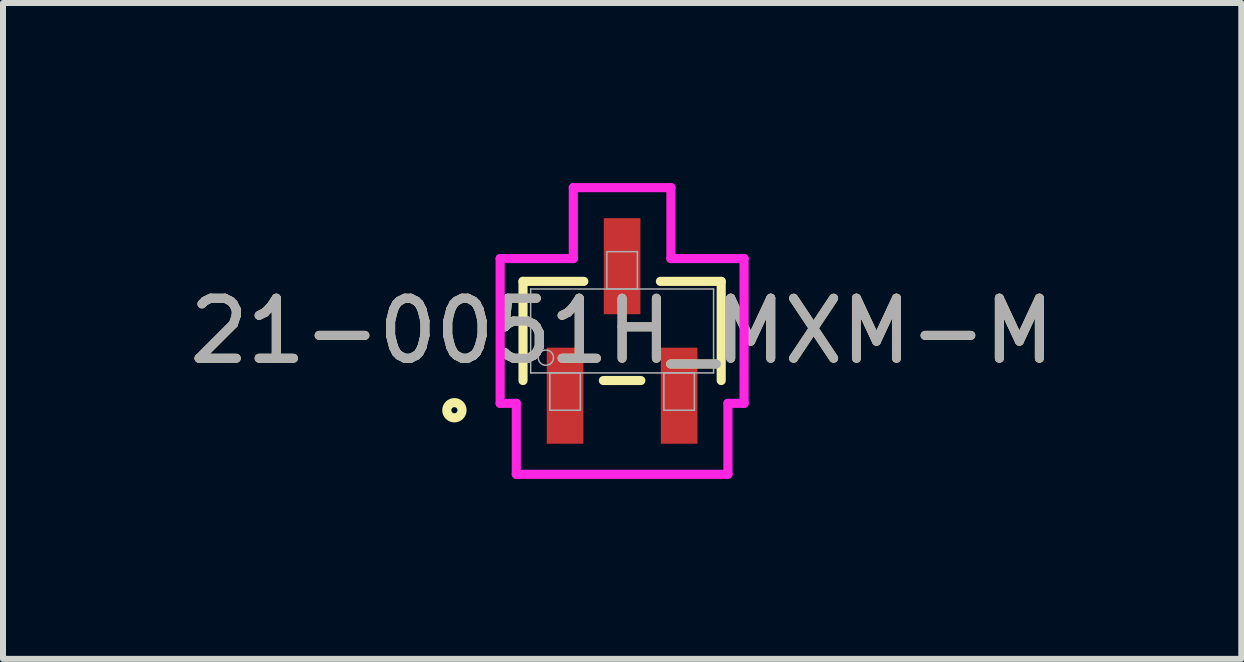
<source format=kicad_pcb>
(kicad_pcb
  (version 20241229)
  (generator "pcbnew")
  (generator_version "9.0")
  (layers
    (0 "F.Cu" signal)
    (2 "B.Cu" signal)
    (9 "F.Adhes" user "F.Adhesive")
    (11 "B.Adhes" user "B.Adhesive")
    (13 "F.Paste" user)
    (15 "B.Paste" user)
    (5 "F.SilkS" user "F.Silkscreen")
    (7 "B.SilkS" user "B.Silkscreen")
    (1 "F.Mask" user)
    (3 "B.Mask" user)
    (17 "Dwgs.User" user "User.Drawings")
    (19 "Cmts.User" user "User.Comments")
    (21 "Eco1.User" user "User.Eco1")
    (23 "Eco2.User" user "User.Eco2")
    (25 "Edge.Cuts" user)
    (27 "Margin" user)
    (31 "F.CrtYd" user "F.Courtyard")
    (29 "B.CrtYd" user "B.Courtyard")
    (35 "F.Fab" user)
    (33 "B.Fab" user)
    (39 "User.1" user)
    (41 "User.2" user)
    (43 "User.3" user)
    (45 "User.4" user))
  (footprint "21-0051H_MXM-M"
    (layer "F.Cu")
    (at 7.315 2.464)
    (property "Reference" "21-0051H_MXM-M" (at 0 0 0) (unlocked yes) (layer "F.SilkS") (effects (font (size 1 1) (thickness 0.15))))
    (attr smd)
    (fp_line (start -1.651 -0.826) (end -1.651 0.826) (stroke (width 0.152) (type solid)) (layer "F.SilkS"))
    (fp_line (start -0.638 -0.826) (end -1.651 -0.826) (stroke (width 0.152) (type solid)) (layer "F.SilkS"))
    (fp_line (start -0.312 0.826) (end 0.312 0.826) (stroke (width 0.152) (type solid)) (layer "F.SilkS"))
    (fp_line (start 1.651 -0.826) (end 0.638 -0.826) (stroke (width 0.152) (type solid)) (layer "F.SilkS"))
    (fp_line (start 1.651 0.826) (end 1.651 -0.826) (stroke (width 0.152) (type solid)) (layer "F.SilkS"))
    (fp_circle (center -2.794 1.321) (end -2.667 1.321) (stroke (width 0.152) (type solid)) (fill no) (layer "F.SilkS"))
    (fp_line (start -2.032 -1.206) (end -0.813 -1.206) (stroke (width 0.152) (type solid)) (layer "F.CrtYd"))
    (fp_line (start -2.032 1.206) (end -2.032 -1.206) (stroke (width 0.152) (type solid)) (layer "F.CrtYd"))
    (fp_line (start -2.032 1.206) (end -1.763 1.206) (stroke (width 0.152) (type solid)) (layer "F.CrtYd"))
    (fp_line (start -1.763 1.206) (end -1.763 2.388) (stroke (width 0.152) (type solid)) (layer "F.CrtYd"))
    (fp_line (start -1.763 2.388) (end 1.763 2.388) (stroke (width 0.152) (type solid)) (layer "F.CrtYd"))
    (fp_line (start -0.813 -2.388) (end 0.813 -2.388) (stroke (width 0.152) (type solid)) (layer "F.CrtYd"))
    (fp_line (start -0.813 -1.206) (end -0.813 -2.388) (stroke (width 0.152) (type solid)) (layer "F.CrtYd"))
    (fp_line (start 0.813 -1.206) (end 0.813 -2.388) (stroke (width 0.152) (type solid)) (layer "F.CrtYd"))
    (fp_line (start 1.763 1.206) (end 1.763 2.388) (stroke (width 0.152) (type solid)) (layer "F.CrtYd"))
    (fp_line (start 2.032 -1.206) (end 0.813 -1.206) (stroke (width 0.152) (type solid)) (layer "F.CrtYd"))
    (fp_line (start 2.032 -1.206) (end 2.032 1.206) (stroke (width 0.152) (type solid)) (layer "F.CrtYd"))
    (fp_line (start 2.032 1.206) (end 1.763 1.206) (stroke (width 0.152) (type solid)) (layer "F.CrtYd"))
    (fp_line (start -1.524 -0.699) (end -1.524 0.699) (stroke (width 0.025) (type solid)) (layer "F.Fab"))
    (fp_line (start -1.524 0.699) (end 1.524 0.699) (stroke (width 0.025) (type solid)) (layer "F.Fab"))
    (fp_line (start -1.204 0.699) (end -1.204 1.321) (stroke (width 0.025) (type solid)) (layer "F.Fab"))
    (fp_line (start -1.204 1.321) (end -0.696 1.321) (stroke (width 0.025) (type solid)) (layer "F.Fab"))
    (fp_line (start -0.696 0.699) (end -1.204 0.699) (stroke (width 0.025) (type solid)) (layer "F.Fab"))
    (fp_line (start -0.696 1.321) (end -0.696 0.699) (stroke (width 0.025) (type solid)) (layer "F.Fab"))
    (fp_line (start -0.254 -1.321) (end -0.254 -0.699) (stroke (width 0.025) (type solid)) (layer "F.Fab"))
    (fp_line (start -0.254 -0.699) (end 0.254 -0.699) (stroke (width 0.025) (type solid)) (layer "F.Fab"))
    (fp_line (start 0.254 -1.321) (end -0.254 -1.321) (stroke (width 0.025) (type solid)) (layer "F.Fab"))
    (fp_line (start 0.254 -0.699) (end 0.254 -1.321) (stroke (width 0.025) (type solid)) (layer "F.Fab"))
    (fp_line (start 0.696 0.699) (end 0.696 1.321) (stroke (width 0.025) (type solid)) (layer "F.Fab"))
    (fp_line (start 0.696 1.321) (end 1.204 1.321) (stroke (width 0.025) (type solid)) (layer "F.Fab"))
    (fp_line (start 1.204 0.699) (end 0.696 0.699) (stroke (width 0.025) (type solid)) (layer "F.Fab"))
    (fp_line (start 1.204 1.321) (end 1.204 0.699) (stroke (width 0.025) (type solid)) (layer "F.Fab"))
    (fp_line (start 1.524 -0.699) (end -1.524 -0.699) (stroke (width 0.025) (type solid)) (layer "F.Fab"))
    (fp_line (start 1.524 0.699) (end 1.524 -0.699) (stroke (width 0.025) (type solid)) (layer "F.Fab"))
    (fp_circle (center -1.27 0.445) (end -1.143 0.445) (stroke (width 0.025) (type solid)) (fill no) (layer "F.Fab"))
    (fp_text user "${REFERENCE}" (at 0 0 0) (unlocked yes) (layer "F.Fab") (effects (font (size 1 1) (thickness 0.15))))
    (pad "1" smd rect (at -0.95 1.079) (size 0.61 1.6) (layers "F.Cu" "F.Mask" "F.Paste"))
    (pad "2" smd rect (at 0.95 1.079) (size 0.61 1.6) (layers "F.Cu" "F.Mask" "F.Paste"))
    (pad "3" smd rect (at 0 -1.079) (size 0.61 1.6) (layers "F.Cu" "F.Mask" "F.Paste")))
  (gr_rect
    (start -3 -3)
    (end 17.631 7.928)
    (stroke (width 0.1) (type default))
    (fill no)
    (layer "Edge.Cuts")))
</source>
